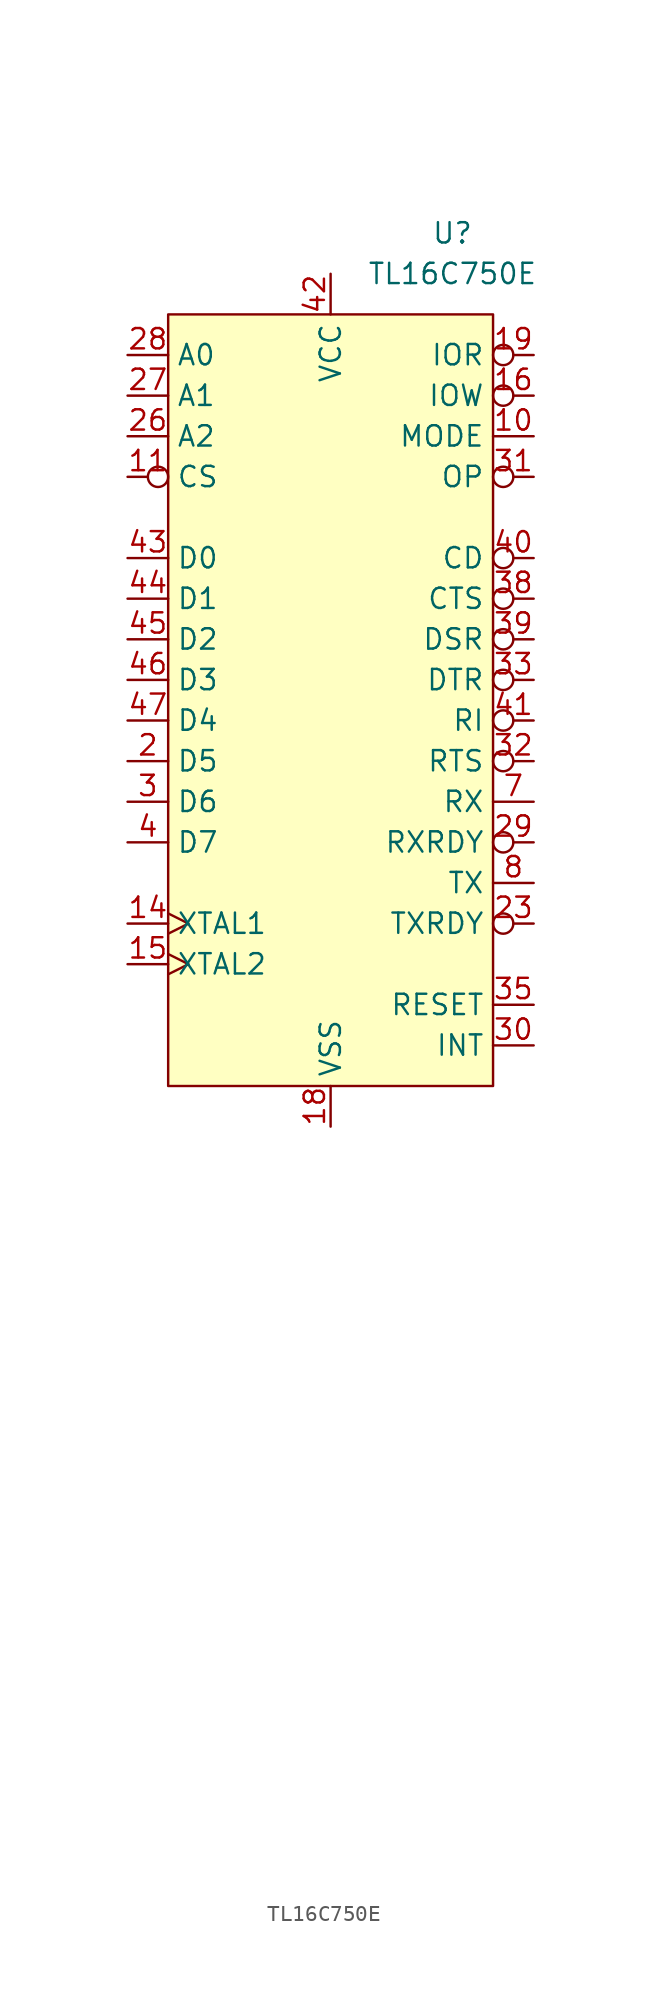
<source format=kicad_sym>
(kicad_symbol_lib
  (version 20211014)
  (generator kicad_symbol_editor)
  (symbol "TL16C750E"
    (property "Reference" "U"
      (at 7.62 29.21 0)
      (effects (font (size 1.27 1.27))))
    (property "Value" "TL16C750E"
      (at 7.62 26.67 0)
      (effects (font (size 1.27 1.27))))
    (symbol "TL16C750E_0_1"
      (rectangle (start -10.16 24.13) (end 10.16 -24.13) (stroke (width 0) (type default) (color 0 0 0 0)) (fill (type background))))
    (symbol "TL16C750E_1_1"
      (pin no_connect non_logic (at -13.97 -26.67 0) (length 2.54) hide (name "NC" (effects (font (size 1.27 1.27)))) (number "1" (effects (font (size 1.27 1.27)))))
      (pin input line (at 12.7 16.51 180) (length 2.54) (name "MODE" (effects (font (size 1.27 1.27)))) (number "10" (effects (font (size 1.27 1.27)))))
      (pin input inverted (at -12.7 13.97 0) (length 2.54) (name "CS" (effects (font (size 1.27 1.27)))) (number "11" (effects (font (size 1.27 1.27)))))
      (pin no_connect non_logic (at -13.97 -36.83 0) (length 2.54) hide (name "NC" (effects (font (size 1.27 1.27)))) (number "12" (effects (font (size 1.27 1.27)))))
      (pin no_connect non_logic (at -13.97 -39.37 0) (length 2.54) hide (name "NC" (effects (font (size 1.27 1.27)))) (number "13" (effects (font (size 1.27 1.27)))))
      (pin input clock (at -12.7 -13.97 0) (length 2.54) (name "XTAL1" (effects (font (size 1.27 1.27)))) (number "14" (effects (font (size 1.27 1.27)))))
      (pin output clock (at -12.7 -16.51 0) (length 2.54) (name "XTAL2" (effects (font (size 1.27 1.27)))) (number "15" (effects (font (size 1.27 1.27)))))
      (pin input inverted (at 12.7 19.05 180) (length 2.54) (name "IOW" (effects (font (size 1.27 1.27)))) (number "16" (effects (font (size 1.27 1.27)))))
      (pin no_connect non_logic (at -13.97 -41.91 0) (length 2.54) hide (name "NC" (effects (font (size 1.27 1.27)))) (number "17" (effects (font (size 1.27 1.27)))))
      (pin power_in line (at 0 -26.67 90) (length 2.54) (name "VSS" (effects (font (size 1.27 1.27)))) (number "18" (effects (font (size 1.27 1.27)))))
      (pin input inverted (at 12.7 21.59 180) (length 2.54) (name "IOR" (effects (font (size 1.27 1.27)))) (number "19" (effects (font (size 1.27 1.27)))))
      (pin bidirectional line (at -12.7 -3.81 0) (length 2.54) (name "D5" (effects (font (size 1.27 1.27)))) (number "2" (effects (font (size 1.27 1.27)))))
      (pin no_connect non_logic (at -13.97 -44.45 0) (length 2.54) hide (name "NC" (effects (font (size 1.27 1.27)))) (number "20" (effects (font (size 1.27 1.27)))))
      (pin no_connect non_logic (at -13.97 -46.99 0) (length 2.54) hide (name "NC" (effects (font (size 1.27 1.27)))) (number "21" (effects (font (size 1.27 1.27)))))
      (pin no_connect non_logic (at -13.97 -49.53 0) (length 2.54) hide (name "NC" (effects (font (size 1.27 1.27)))) (number "22" (effects (font (size 1.27 1.27)))))
      (pin output inverted (at 12.7 -13.97 180) (length 2.54) (name "TXRDY" (effects (font (size 1.27 1.27)))) (number "23" (effects (font (size 1.27 1.27)))))
      (pin no_connect non_logic (at -13.97 -52.07 0) (length 2.54) hide (name "NC" (effects (font (size 1.27 1.27)))) (number "24" (effects (font (size 1.27 1.27)))))
      (pin no_connect non_logic (at -13.97 -54.61 0) (length 2.54) hide (name "NC" (effects (font (size 1.27 1.27)))) (number "25" (effects (font (size 1.27 1.27)))))
      (pin input line (at -12.7 16.51 0) (length 2.54) (name "A2" (effects (font (size 1.27 1.27)))) (number "26" (effects (font (size 1.27 1.27)))))
      (pin input line (at -12.7 19.05 0) (length 2.54) (name "A1" (effects (font (size 1.27 1.27)))) (number "27" (effects (font (size 1.27 1.27)))))
      (pin input line (at -12.7 21.59 0) (length 2.54) (name "A0" (effects (font (size 1.27 1.27)))) (number "28" (effects (font (size 1.27 1.27)))))
      (pin output inverted (at 12.7 -8.89 180) (length 2.54) (name "RXRDY" (effects (font (size 1.27 1.27)))) (number "29" (effects (font (size 1.27 1.27)))))
      (pin bidirectional line (at -12.7 -6.35 0) (length 2.54) (name "D6" (effects (font (size 1.27 1.27)))) (number "3" (effects (font (size 1.27 1.27)))))
      (pin output line (at 12.7 -21.59 180) (length 2.54) (name "INT" (effects (font (size 1.27 1.27)))) (number "30" (effects (font (size 1.27 1.27)))))
      (pin output inverted (at 12.7 13.97 180) (length 2.54) (name "OP" (effects (font (size 1.27 1.27)))) (number "31" (effects (font (size 1.27 1.27)))))
      (pin output inverted (at 12.7 -3.81 180) (length 2.54) (name "RTS" (effects (font (size 1.27 1.27)))) (number "32" (effects (font (size 1.27 1.27)))))
      (pin output inverted (at 12.7 1.27 180) (length 2.54) (name "DTR" (effects (font (size 1.27 1.27)))) (number "33" (effects (font (size 1.27 1.27)))))
      (pin no_connect non_logic (at -13.97 -57.15 0) (length 2.54) hide (name "NC" (effects (font (size 1.27 1.27)))) (number "34" (effects (font (size 1.27 1.27)))))
      (pin input line (at 12.7 -19.05 180) (length 2.54) (name "RESET" (effects (font (size 1.27 1.27)))) (number "35" (effects (font (size 1.27 1.27)))))
      (pin no_connect non_logic (at -13.97 -59.69 0) (length 2.54) hide (name "NC" (effects (font (size 1.27 1.27)))) (number "36" (effects (font (size 1.27 1.27)))))
      (pin no_connect non_logic (at -13.97 -62.23 0) (length 2.54) hide (name "NC" (effects (font (size 1.27 1.27)))) (number "37" (effects (font (size 1.27 1.27)))))
      (pin input inverted (at 12.7 6.35 180) (length 2.54) (name "CTS" (effects (font (size 1.27 1.27)))) (number "38" (effects (font (size 1.27 1.27)))))
      (pin input inverted (at 12.7 3.81 180) (length 2.54) (name "DSR" (effects (font (size 1.27 1.27)))) (number "39" (effects (font (size 1.27 1.27)))))
      (pin bidirectional line (at -12.7 -8.89 0) (length 2.54) (name "D7" (effects (font (size 1.27 1.27)))) (number "4" (effects (font (size 1.27 1.27)))))
      (pin input inverted (at 12.7 8.89 180) (length 2.54) (name "CD" (effects (font (size 1.27 1.27)))) (number "40" (effects (font (size 1.27 1.27)))))
      (pin input inverted (at 12.7 -1.27 180) (length 2.54) (name "RI" (effects (font (size 1.27 1.27)))) (number "41" (effects (font (size 1.27 1.27)))))
      (pin power_in line (at 0 26.67 270) (length 2.54) (name "VCC" (effects (font (size 1.27 1.27)))) (number "42" (effects (font (size 1.27 1.27)))))
      (pin bidirectional line (at -12.7 8.89 0) (length 2.54) (name "D0" (effects (font (size 1.27 1.27)))) (number "43" (effects (font (size 1.27 1.27)))))
      (pin bidirectional line (at -12.7 6.35 0) (length 2.54) (name "D1" (effects (font (size 1.27 1.27)))) (number "44" (effects (font (size 1.27 1.27)))))
      (pin bidirectional line (at -12.7 3.81 0) (length 2.54) (name "D2" (effects (font (size 1.27 1.27)))) (number "45" (effects (font (size 1.27 1.27)))))
      (pin bidirectional line (at -12.7 1.27 0) (length 2.54) (name "D3" (effects (font (size 1.27 1.27)))) (number "46" (effects (font (size 1.27 1.27)))))
      (pin bidirectional line (at -12.7 -1.27 0) (length 2.54) (name "D4" (effects (font (size 1.27 1.27)))) (number "47" (effects (font (size 1.27 1.27)))))
      (pin no_connect non_logic (at -13.97 -64.77 0) (length 2.54) hide (name "NC" (effects (font (size 1.27 1.27)))) (number "48" (effects (font (size 1.27 1.27)))))
      (pin no_connect non_logic (at -13.97 -29.21 0) (length 2.54) hide (name "NC" (effects (font (size 1.27 1.27)))) (number "5" (effects (font (size 1.27 1.27)))))
      (pin no_connect non_logic (at -13.97 -31.75 0) (length 2.54) hide (name "NC" (effects (font (size 1.27 1.27)))) (number "6" (effects (font (size 1.27 1.27)))))
      (pin input line (at 12.7 -6.35 180) (length 2.54) (name "RX" (effects (font (size 1.27 1.27)))) (number "7" (effects (font (size 1.27 1.27)))))
      (pin output line (at 12.7 -11.43 180) (length 2.54) (name "TX" (effects (font (size 1.27 1.27)))) (number "8" (effects (font (size 1.27 1.27)))))
      (pin no_connect non_logic (at -13.97 -34.29 0) (length 2.54) hide (name "NC" (effects (font (size 1.27 1.27)))) (number "9" (effects (font (size 1.27 1.27))))))))
</source>
